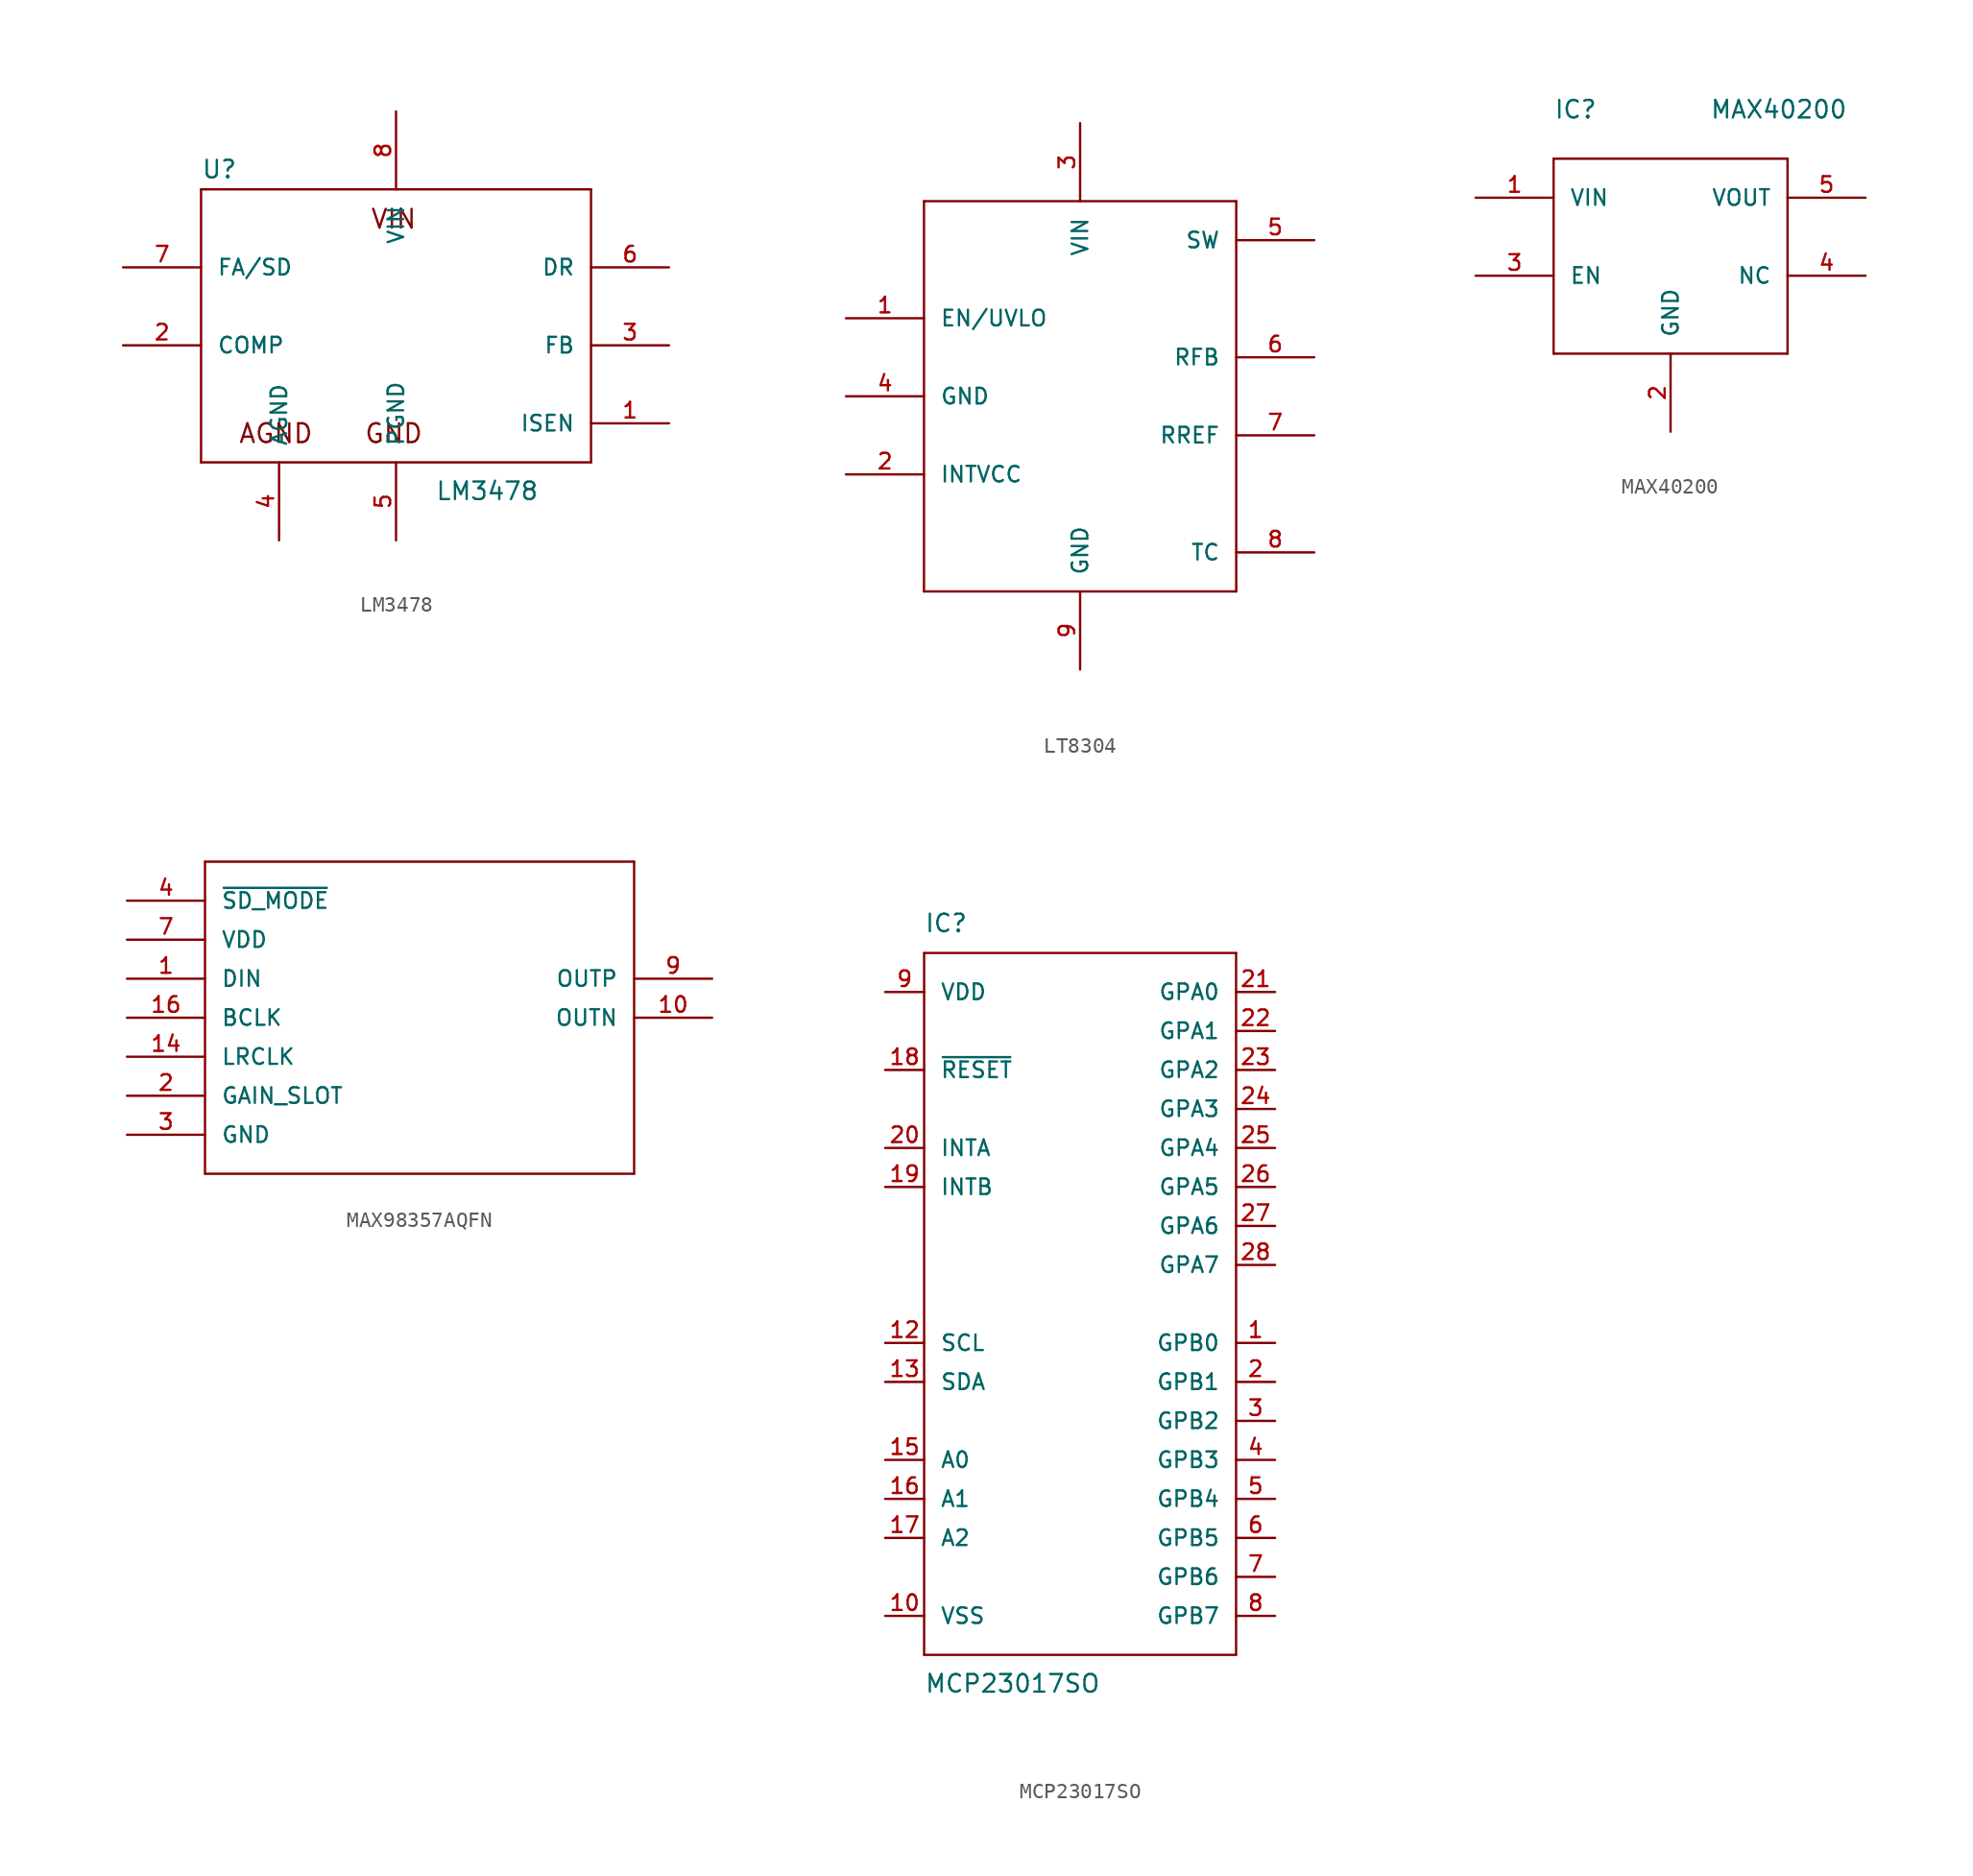
<source format=kicad_sym>
(kicad_symbol_lib
  (version 20220914)
  (generator kicad_symbol_editor)
  (symbol "LM3478"
    (pin_names
      (offset 1.016))
    (property "Reference" "U"
      (at -12.7 8.255 0)
      (effects (font (size 1.143 1.143)) (justify left bottom)))
    (property "Value" "LM3478"
      (at 2.54 -12.7 0)
      (effects (font (size 1.143 1.143)) (justify left bottom)))
    (property "ki_locked" ""
      (at 0 0 0)
      (effects (font (size 1.27 1.27))))
    (symbol "LM3478_1_0"
      (polyline (pts (xy -12.7 -10.16) (xy -12.7 7.62)) (stroke (width 0) (type solid)) (fill (type none)))
      (polyline (pts (xy -12.7 7.62) (xy 12.7 7.62)) (stroke (width 0) (type solid)) (fill (type none)))
      (polyline (pts (xy 12.7 -10.16) (xy -12.7 -10.16)) (stroke (width 0) (type solid)) (fill (type none)))
      (polyline (pts (xy 12.7 7.62) (xy 12.7 -10.16)) (stroke (width 0) (type solid)) (fill (type none)))
      (text "AGND" (at -7.823 -8.28 0) (effects (font (size 1.219 1.219))))
      (text "GND" (at -0.152 -8.28 0) (effects (font (size 1.219 1.219))))
      (text "VIN" (at -0.152 5.69 0) (effects (font (size 1.219 1.219)))))
    (symbol "LM3478_1_1"
      (pin input line (at 17.78 -7.62 180) (length 5.08) (name "ISEN" (effects (font (size 1.016 1.016)))) (number "1" (effects (font (size 1.016 1.016)))))
      (pin input line (at -17.78 -2.54 0) (length 5.08) (name "COMP" (effects (font (size 1.016 1.016)))) (number "2" (effects (font (size 1.016 1.016)))))
      (pin input line (at 17.78 -2.54 180) (length 5.08) (name "FB" (effects (font (size 1.016 1.016)))) (number "3" (effects (font (size 1.016 1.016)))))
      (pin power_in line (at -7.62 -15.24 90) (length 5.08) (name "AGND" (effects (font (size 1.016 1.016)))) (number "4" (effects (font (size 1.016 1.016)))))
      (pin power_in line (at 0 -15.24 90) (length 5.08) (name "PGND" (effects (font (size 1.016 1.016)))) (number "5" (effects (font (size 1.016 1.016)))))
      (pin output line (at 17.78 2.54 180) (length 5.08) (name "DR" (effects (font (size 1.016 1.016)))) (number "6" (effects (font (size 1.016 1.016)))))
      (pin input line (at -17.78 2.54 0) (length 5.08) (name "FA/SD" (effects (font (size 1.016 1.016)))) (number "7" (effects (font (size 1.016 1.016)))))
      (pin power_in line (at 0 12.7 270) (length 5.08) (name "VIN" (effects (font (size 1.016 1.016)))) (number "8" (effects (font (size 1.016 1.016)))))))
  (symbol "LT8304"
    (pin_names
      (offset 1.016))
    (property "Reference" "U"
      (at 0 0 0)
      (effects (font (size 1.143 1.143)) hide))
    (property "ki_locked" ""
      (at 0 0 0)
      (effects (font (size 1.27 1.27))))
    (symbol "LT8304_1_0"
      (polyline (pts (xy -10.16 -12.7) (xy 10.16 -12.7)) (stroke (width 0) (type solid)) (fill (type none)))
      (polyline (pts (xy -10.16 12.7) (xy -10.16 -12.7)) (stroke (width 0) (type solid)) (fill (type none)))
      (polyline (pts (xy 10.16 -12.7) (xy 10.16 12.7)) (stroke (width 0) (type solid)) (fill (type none)))
      (polyline (pts (xy 10.16 12.7) (xy -10.16 12.7)) (stroke (width 0) (type solid)) (fill (type none))))
    (symbol "LT8304_1_1"
      (pin passive line (at -15.24 5.08 0) (length 5.08) (name "EN/UVLO" (effects (font (size 1.016 1.016)))) (number "1" (effects (font (size 1.016 1.016)))))
      (pin passive line (at -15.24 -5.08 0) (length 5.08) (name "INTVCC" (effects (font (size 1.016 1.016)))) (number "2" (effects (font (size 1.016 1.016)))))
      (pin power_in line (at 0 17.78 270) (length 5.08) (name "VIN" (effects (font (size 1.016 1.016)))) (number "3" (effects (font (size 1.016 1.016)))))
      (pin power_in line (at -15.24 0 0) (length 5.08) (name "GND" (effects (font (size 1.016 1.016)))) (number "4" (effects (font (size 1.016 1.016)))))
      (pin passive line (at 15.24 10.16 180) (length 5.08) (name "SW" (effects (font (size 1.016 1.016)))) (number "5" (effects (font (size 1.016 1.016)))))
      (pin passive line (at 15.24 2.54 180) (length 5.08) (name "RFB" (effects (font (size 1.016 1.016)))) (number "6" (effects (font (size 1.016 1.016)))))
      (pin power_in line (at 15.24 -2.54 180) (length 5.08) (name "RREF" (effects (font (size 1.016 1.016)))) (number "7" (effects (font (size 1.016 1.016)))))
      (pin passive line (at 15.24 -10.16 180) (length 5.08) (name "TC" (effects (font (size 1.016 1.016)))) (number "8" (effects (font (size 1.016 1.016)))))
      (pin power_in line (at 0 -17.78 90) (length 5.08) (name "GND" (effects (font (size 1.016 1.016)))) (number "9" (effects (font (size 1.016 1.016)))))))
  (symbol "MAX40200"
    (pin_names
      (offset 1.016))
    (property "Reference" "IC"
      (at -7.62 10.16 0)
      (effects (font (size 1.143 1.143)) (justify left bottom)))
    (property "Value" "MAX40200"
      (at 2.54 10.16 0)
      (effects (font (size 1.143 1.143)) (justify left bottom)))
    (property "ki_locked" ""
      (at 0 0 0)
      (effects (font (size 1.27 1.27))))
    (symbol "MAX40200_1_0"
      (polyline (pts (xy -7.62 -5.08) (xy 7.62 -5.08)) (stroke (width 0) (type solid)) (fill (type none)))
      (polyline (pts (xy -7.62 7.62) (xy -7.62 -5.08)) (stroke (width 0) (type solid)) (fill (type none)))
      (polyline (pts (xy 7.62 -5.08) (xy 7.62 7.62)) (stroke (width 0) (type solid)) (fill (type none)))
      (polyline (pts (xy 7.62 7.62) (xy -7.62 7.62)) (stroke (width 0) (type solid)) (fill (type none))))
    (symbol "MAX40200_1_1"
      (pin power_in line (at -12.7 5.08 0) (length 5.08) (name "VIN" (effects (font (size 1.016 1.016)))) (number "1" (effects (font (size 1.016 1.016)))))
      (pin power_in line (at 0 -10.16 90) (length 5.08) (name "GND" (effects (font (size 1.016 1.016)))) (number "2" (effects (font (size 1.016 1.016)))))
      (pin input line (at -12.7 0 0) (length 5.08) (name "EN" (effects (font (size 1.016 1.016)))) (number "3" (effects (font (size 1.016 1.016)))))
      (pin unspecified line (at 12.7 0 180) (length 5.08) (name "NC" (effects (font (size 1.016 1.016)))) (number "4" (effects (font (size 1.016 1.016)))))
      (pin power_in line (at 12.7 5.08 180) (length 5.08) (name "VOUT" (effects (font (size 1.016 1.016)))) (number "5" (effects (font (size 1.016 1.016)))))))
  (symbol "MAX98357AQFN"
    (pin_names
      (offset 1.016))
    (property "Reference" "U"
      (at 0 0 0)
      (effects (font (size 1.143 1.143)) hide))
    (property "ki_locked" ""
      (at 0 0 0)
      (effects (font (size 1.27 1.27))))
    (symbol "MAX98357AQFN_1_0"
      (polyline (pts (xy -12.7 -10.16) (xy 15.24 -10.16)) (stroke (width 0) (type solid)) (fill (type none)))
      (polyline (pts (xy -12.7 10.16) (xy -12.7 -10.16)) (stroke (width 0) (type solid)) (fill (type none)))
      (polyline (pts (xy 15.24 -10.16) (xy 15.24 10.16)) (stroke (width 0) (type solid)) (fill (type none)))
      (polyline (pts (xy 15.24 10.16) (xy -12.7 10.16)) (stroke (width 0) (type solid)) (fill (type none))))
    (symbol "MAX98357AQFN_1_1"
      (pin bidirectional line (at -17.78 2.54 0) (length 5.08) (name "DIN" (effects (font (size 1.016 1.016)))) (number "1" (effects (font (size 1.016 1.016)))))
      (pin bidirectional line (at 20.32 0 180) (length 5.08) (name "OUTN" (effects (font (size 1.016 1.016)))) (number "10" (effects (font (size 1.016 1.016)))))
      (pin bidirectional line (at -17.78 -7.62 0) (length 5.08) hide (name "GND" (effects (font (size 1.016 1.016)))) (number "11" (effects (font (size 1.016 1.016)))))
      (pin bidirectional line (at -17.78 -2.54 0) (length 5.08) (name "LRCLK" (effects (font (size 1.016 1.016)))) (number "14" (effects (font (size 1.016 1.016)))))
      (pin bidirectional line (at -17.78 -7.62 0) (length 5.08) hide (name "GND" (effects (font (size 1.016 1.016)))) (number "15" (effects (font (size 1.016 1.016)))))
      (pin bidirectional line (at -17.78 0 0) (length 5.08) (name "BCLK" (effects (font (size 1.016 1.016)))) (number "16" (effects (font (size 1.016 1.016)))))
      (pin bidirectional line (at -17.78 -5.08 0) (length 5.08) (name "GAIN_SLOT" (effects (font (size 1.016 1.016)))) (number "2" (effects (font (size 1.016 1.016)))))
      (pin bidirectional line (at -17.78 -7.62 0) (length 5.08) (name "GND" (effects (font (size 1.016 1.016)))) (number "3" (effects (font (size 1.016 1.016)))))
      (pin bidirectional line (at -17.78 7.62 0) (length 5.08) (name "~{SD_MODE}" (effects (font (size 1.016 1.016)))) (number "4" (effects (font (size 1.016 1.016)))))
      (pin bidirectional line (at -17.78 5.08 0) (length 5.08) (name "VDD" (effects (font (size 1.016 1.016)))) (number "7" (effects (font (size 1.016 1.016)))))
      (pin bidirectional line (at -17.78 5.08 0) (length 5.08) hide (name "VDD" (effects (font (size 1.016 1.016)))) (number "8" (effects (font (size 1.016 1.016)))))
      (pin bidirectional line (at 20.32 2.54 180) (length 5.08) (name "OUTP" (effects (font (size 1.016 1.016)))) (number "9" (effects (font (size 1.016 1.016)))))
      (pin bidirectional line (at -17.78 -7.62 0) (length 5.08) hide (name "GND" (effects (font (size 1.016 1.016)))) (number "TH" (effects (font (size 1.016 1.016)))))))
  (symbol "MCP23017SO"
    (pin_names
      (offset 1.016))
    (property "Reference" "IC"
      (at -10.16 24.13 0)
      (effects (font (size 1.143 1.143)) (justify left bottom)))
    (property "Value" "MCP23017SO"
      (at -10.16 -25.4 0)
      (effects (font (size 1.143 1.143)) (justify left bottom)))
    (property "ki_locked" ""
      (at 0 0 0)
      (effects (font (size 1.27 1.27))))
    (symbol "MCP23017SO_1_0"
      (polyline (pts (xy -10.16 -22.86) (xy -10.16 22.86)) (stroke (width 0) (type solid)) (fill (type none)))
      (polyline (pts (xy -10.16 22.86) (xy 10.16 22.86)) (stroke (width 0) (type solid)) (fill (type none)))
      (polyline (pts (xy 10.16 -22.86) (xy -10.16 -22.86)) (stroke (width 0) (type solid)) (fill (type none)))
      (polyline (pts (xy 10.16 22.86) (xy 10.16 -22.86)) (stroke (width 0) (type solid)) (fill (type none))))
    (symbol "MCP23017SO_1_1"
      (pin bidirectional line (at 12.7 -2.54 180) (length 2.54) (name "GPB0" (effects (font (size 1.016 1.016)))) (number "1" (effects (font (size 1.016 1.016)))))
      (pin power_in line (at -12.7 -20.32 0) (length 2.54) (name "VSS" (effects (font (size 1.016 1.016)))) (number "10" (effects (font (size 1.016 1.016)))))
      (pin input line (at -12.7 -2.54 0) (length 2.54) (name "SCL" (effects (font (size 1.016 1.016)))) (number "12" (effects (font (size 1.016 1.016)))))
      (pin bidirectional line (at -12.7 -5.08 0) (length 2.54) (name "SDA" (effects (font (size 1.016 1.016)))) (number "13" (effects (font (size 1.016 1.016)))))
      (pin input line (at -12.7 -10.16 0) (length 2.54) (name "A0" (effects (font (size 1.016 1.016)))) (number "15" (effects (font (size 1.016 1.016)))))
      (pin input line (at -12.7 -12.7 0) (length 2.54) (name "A1" (effects (font (size 1.016 1.016)))) (number "16" (effects (font (size 1.016 1.016)))))
      (pin input line (at -12.7 -15.24 0) (length 2.54) (name "A2" (effects (font (size 1.016 1.016)))) (number "17" (effects (font (size 1.016 1.016)))))
      (pin input line (at -12.7 15.24 0) (length 2.54) (name "~{RESET}" (effects (font (size 1.016 1.016)))) (number "18" (effects (font (size 1.016 1.016)))))
      (pin output line (at -12.7 7.62 0) (length 2.54) (name "INTB" (effects (font (size 1.016 1.016)))) (number "19" (effects (font (size 1.016 1.016)))))
      (pin bidirectional line (at 12.7 -5.08 180) (length 2.54) (name "GPB1" (effects (font (size 1.016 1.016)))) (number "2" (effects (font (size 1.016 1.016)))))
      (pin output line (at -12.7 10.16 0) (length 2.54) (name "INTA" (effects (font (size 1.016 1.016)))) (number "20" (effects (font (size 1.016 1.016)))))
      (pin bidirectional line (at 12.7 20.32 180) (length 2.54) (name "GPA0" (effects (font (size 1.016 1.016)))) (number "21" (effects (font (size 1.016 1.016)))))
      (pin bidirectional line (at 12.7 17.78 180) (length 2.54) (name "GPA1" (effects (font (size 1.016 1.016)))) (number "22" (effects (font (size 1.016 1.016)))))
      (pin bidirectional line (at 12.7 15.24 180) (length 2.54) (name "GPA2" (effects (font (size 1.016 1.016)))) (number "23" (effects (font (size 1.016 1.016)))))
      (pin bidirectional line (at 12.7 12.7 180) (length 2.54) (name "GPA3" (effects (font (size 1.016 1.016)))) (number "24" (effects (font (size 1.016 1.016)))))
      (pin bidirectional line (at 12.7 10.16 180) (length 2.54) (name "GPA4" (effects (font (size 1.016 1.016)))) (number "25" (effects (font (size 1.016 1.016)))))
      (pin bidirectional line (at 12.7 7.62 180) (length 2.54) (name "GPA5" (effects (font (size 1.016 1.016)))) (number "26" (effects (font (size 1.016 1.016)))))
      (pin bidirectional line (at 12.7 5.08 180) (length 2.54) (name "GPA6" (effects (font (size 1.016 1.016)))) (number "27" (effects (font (size 1.016 1.016)))))
      (pin bidirectional line (at 12.7 2.54 180) (length 2.54) (name "GPA7" (effects (font (size 1.016 1.016)))) (number "28" (effects (font (size 1.016 1.016)))))
      (pin bidirectional line (at 12.7 -7.62 180) (length 2.54) (name "GPB2" (effects (font (size 1.016 1.016)))) (number "3" (effects (font (size 1.016 1.016)))))
      (pin bidirectional line (at 12.7 -10.16 180) (length 2.54) (name "GPB3" (effects (font (size 1.016 1.016)))) (number "4" (effects (font (size 1.016 1.016)))))
      (pin bidirectional line (at 12.7 -12.7 180) (length 2.54) (name "GPB4" (effects (font (size 1.016 1.016)))) (number "5" (effects (font (size 1.016 1.016)))))
      (pin bidirectional line (at 12.7 -15.24 180) (length 2.54) (name "GPB5" (effects (font (size 1.016 1.016)))) (number "6" (effects (font (size 1.016 1.016)))))
      (pin bidirectional line (at 12.7 -17.78 180) (length 2.54) (name "GPB6" (effects (font (size 1.016 1.016)))) (number "7" (effects (font (size 1.016 1.016)))))
      (pin bidirectional line (at 12.7 -20.32 180) (length 2.54) (name "GPB7" (effects (font (size 1.016 1.016)))) (number "8" (effects (font (size 1.016 1.016)))))
      (pin power_in line (at -12.7 20.32 0) (length 2.54) (name "VDD" (effects (font (size 1.016 1.016)))) (number "9" (effects (font (size 1.016 1.016))))))))
</source>
